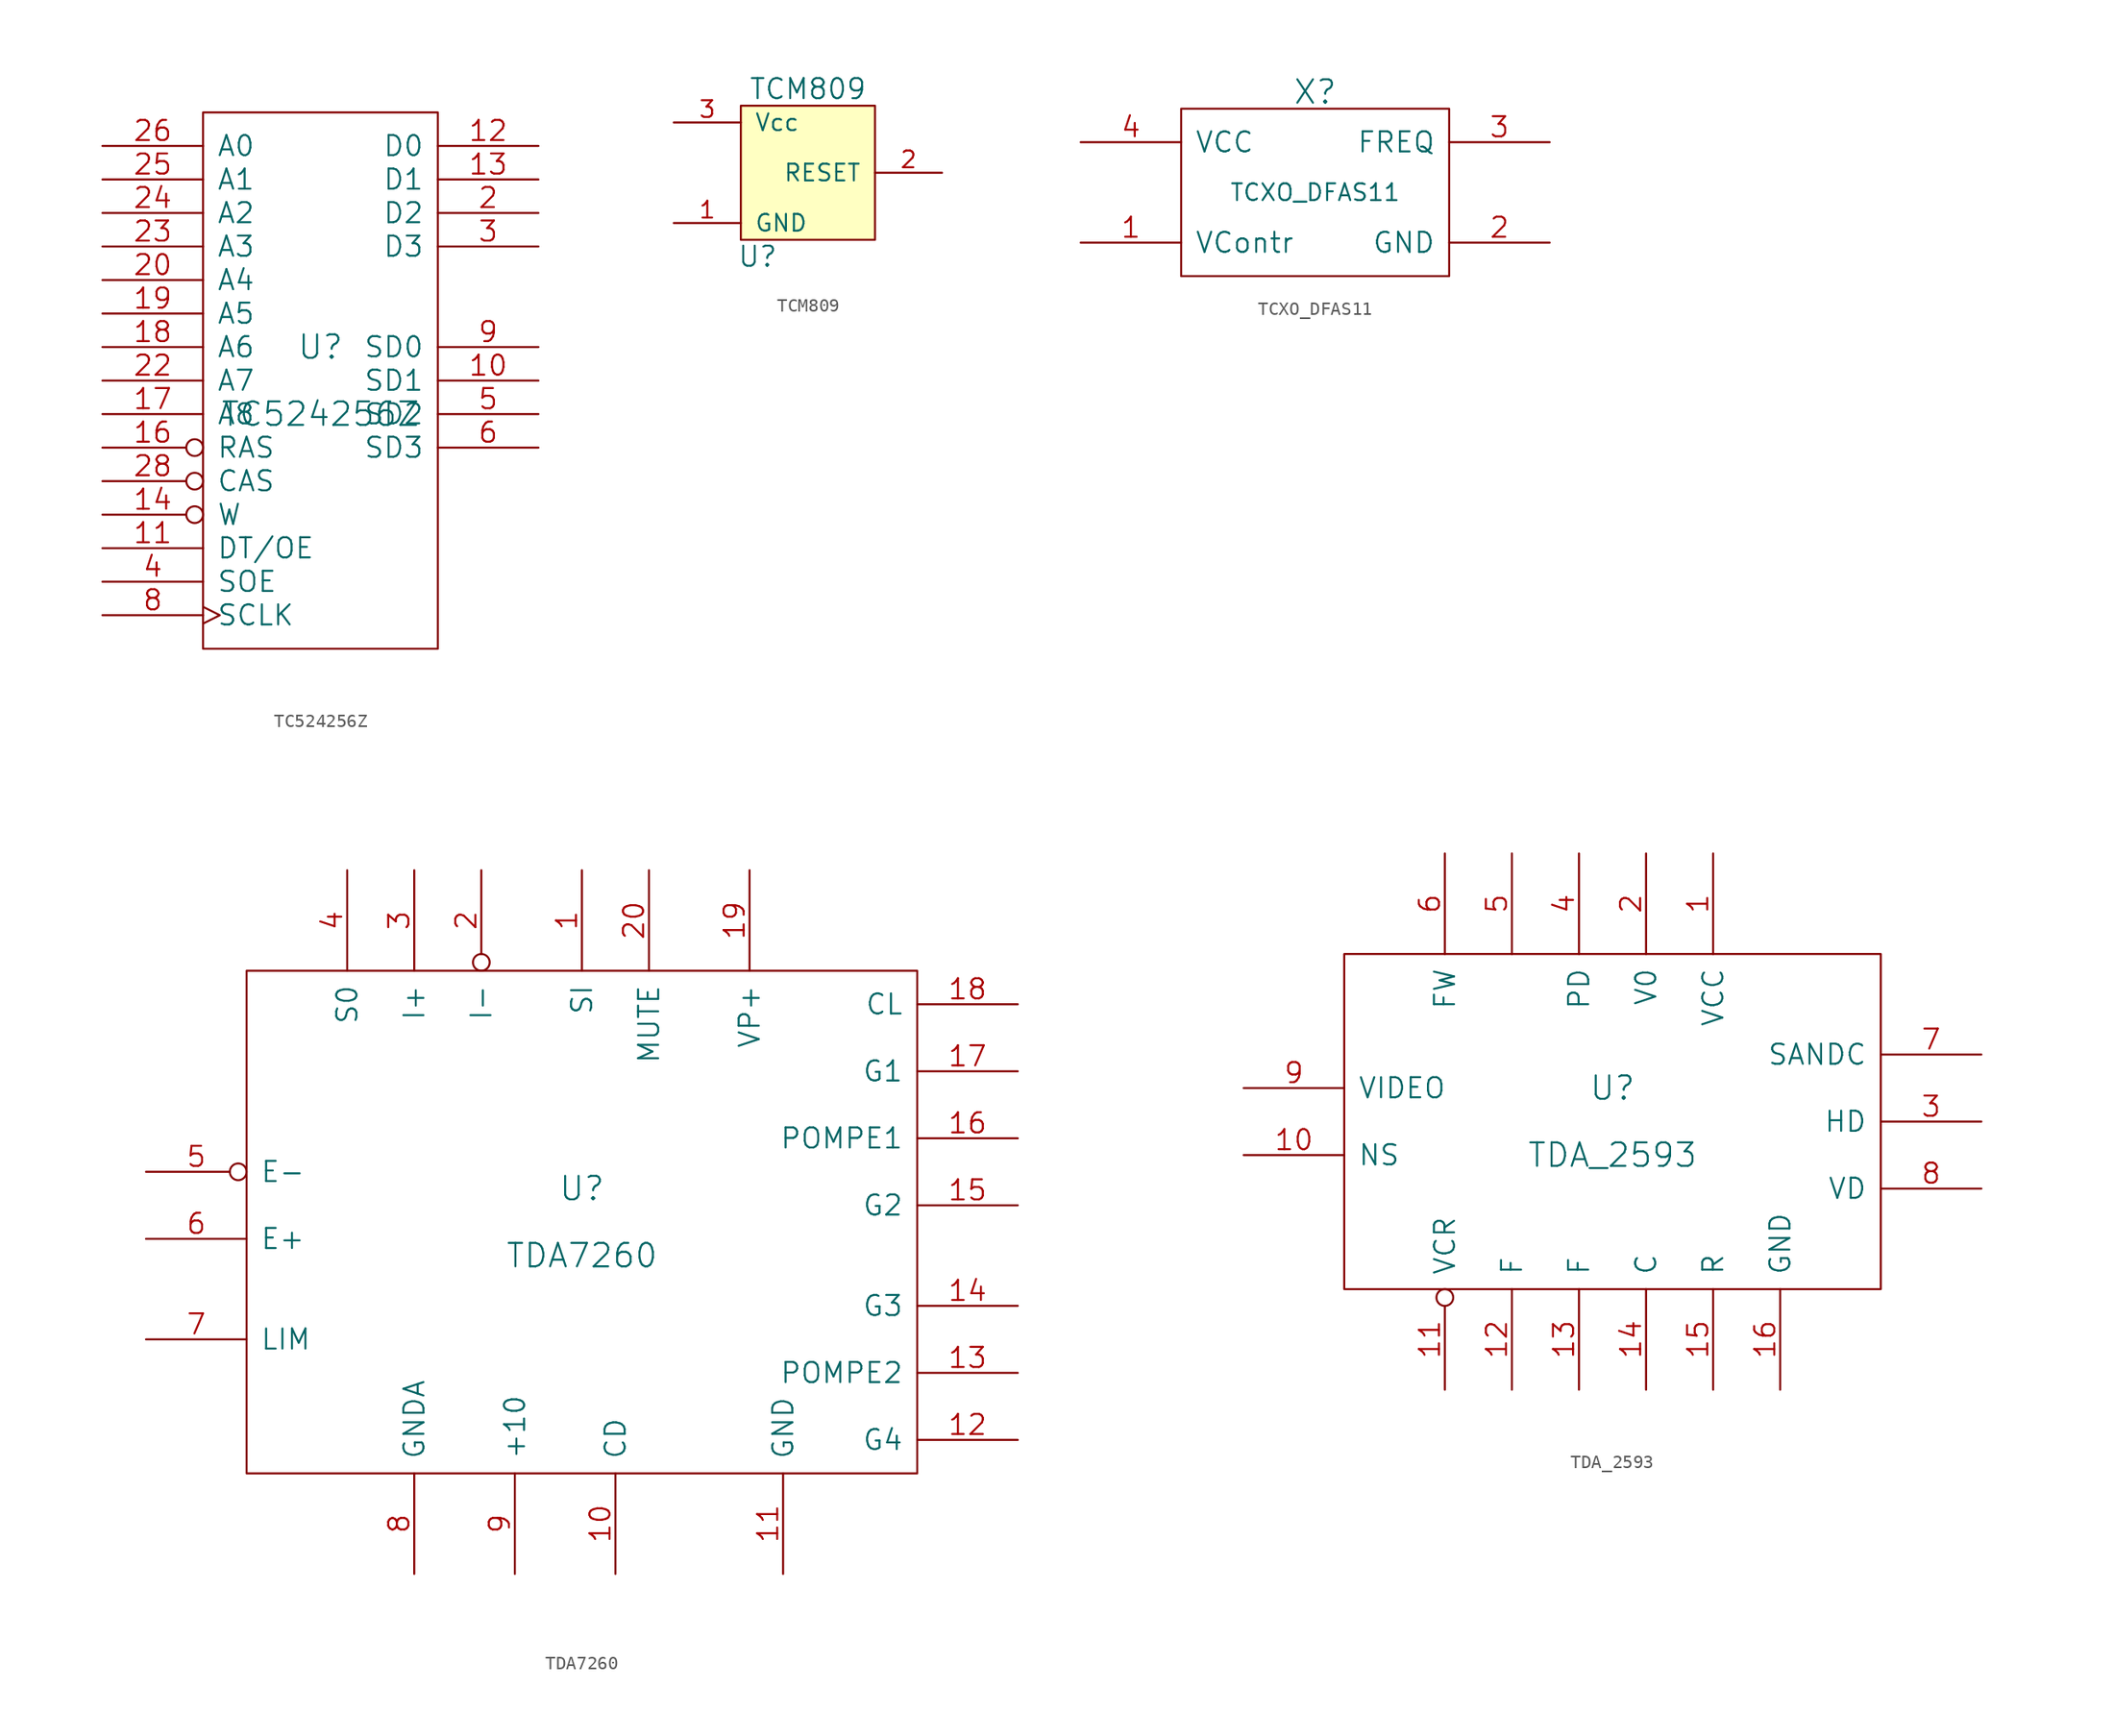
<source format=kicad_sym>
(kicad_symbol_lib
  (version 20211014)
  (generator kicad_symbol_editor)
  (symbol "TC524256Z"
    (pin_names
      (offset 1.016))
    (property "Reference" "U"
      (at 0 2.54 0)
      (effects (font (size 1.778 1.778))))
    (property "Value" "TC524256Z"
      (at 0 -2.54 0)
      (effects (font (size 1.778 1.778))))
    (property "Footprint" ""
      (at 0 0 0)
      (effects (font (size 1.524 1.524))))
    (property "Datasheet" ""
      (at 0 0 0)
      (effects (font (size 1.524 1.524))))
    (symbol "TC524256Z_0_1"
      (rectangle (start -8.89 -20.32) (end 8.89 20.32) (stroke (width 0) (type default) (color 0 0 0 0)) (fill (type none))))
    (symbol "TC524256Z_1_1"
      (pin tri_state line (at 16.51 0 180) (length 7.62) (name "SD1" (effects (font (size 1.524 1.524)))) (number "10" (effects (font (size 1.524 1.524)))))
      (pin input line (at -16.51 -12.7 0) (length 7.62) (name "DT/OE" (effects (font (size 1.524 1.524)))) (number "11" (effects (font (size 1.524 1.524)))))
      (pin tri_state line (at 16.51 17.78 180) (length 7.62) (name "D0" (effects (font (size 1.524 1.524)))) (number "12" (effects (font (size 1.524 1.524)))))
      (pin tri_state line (at 16.51 15.24 180) (length 7.62) (name "D1" (effects (font (size 1.524 1.524)))) (number "13" (effects (font (size 1.524 1.524)))))
      (pin input inverted (at -16.51 -10.16 0) (length 7.62) (name "W" (effects (font (size 1.524 1.524)))) (number "14" (effects (font (size 1.524 1.524)))))
      (pin input inverted (at -16.51 -5.08 0) (length 7.62) (name "RAS" (effects (font (size 1.524 1.524)))) (number "16" (effects (font (size 1.524 1.524)))))
      (pin input line (at -16.51 -2.54 0) (length 7.62) (name "A8" (effects (font (size 1.524 1.524)))) (number "17" (effects (font (size 1.524 1.524)))))
      (pin input line (at -16.51 2.54 0) (length 7.62) (name "A6" (effects (font (size 1.524 1.524)))) (number "18" (effects (font (size 1.524 1.524)))))
      (pin input line (at -16.51 5.08 0) (length 7.62) (name "A5" (effects (font (size 1.524 1.524)))) (number "19" (effects (font (size 1.524 1.524)))))
      (pin tri_state line (at 16.51 12.7 180) (length 7.62) (name "D2" (effects (font (size 1.524 1.524)))) (number "2" (effects (font (size 1.524 1.524)))))
      (pin input line (at -16.51 7.62 0) (length 7.62) (name "A4" (effects (font (size 1.524 1.524)))) (number "20" (effects (font (size 1.524 1.524)))))
      (pin power_in line (at 1.27 20.32 90) (length 0) hide (name "VCC" (effects (font (size 1.524 1.524)))) (number "21" (effects (font (size 1.524 1.524)))))
      (pin input line (at -16.51 0 0) (length 7.62) (name "A7" (effects (font (size 1.524 1.524)))) (number "22" (effects (font (size 1.524 1.524)))))
      (pin input line (at -16.51 10.16 0) (length 7.62) (name "A3" (effects (font (size 1.524 1.524)))) (number "23" (effects (font (size 1.524 1.524)))))
      (pin input line (at -16.51 12.7 0) (length 7.62) (name "A2" (effects (font (size 1.524 1.524)))) (number "24" (effects (font (size 1.524 1.524)))))
      (pin input line (at -16.51 15.24 0) (length 7.62) (name "A1" (effects (font (size 1.524 1.524)))) (number "25" (effects (font (size 1.524 1.524)))))
      (pin input line (at -16.51 17.78 0) (length 7.62) (name "A0" (effects (font (size 1.524 1.524)))) (number "26" (effects (font (size 1.524 1.524)))))
      (pin input inverted (at -16.51 -7.62 0) (length 7.62) (name "CAS" (effects (font (size 1.524 1.524)))) (number "28" (effects (font (size 1.524 1.524)))))
      (pin tri_state line (at 16.51 10.16 180) (length 7.62) (name "D3" (effects (font (size 1.524 1.524)))) (number "3" (effects (font (size 1.524 1.524)))))
      (pin input line (at -16.51 -15.24 0) (length 7.62) (name "SOE" (effects (font (size 1.524 1.524)))) (number "4" (effects (font (size 1.524 1.524)))))
      (pin tri_state line (at 16.51 -2.54 180) (length 7.62) (name "SD2" (effects (font (size 1.524 1.524)))) (number "5" (effects (font (size 1.524 1.524)))))
      (pin tri_state line (at 16.51 -5.08 180) (length 7.62) (name "SD3" (effects (font (size 1.524 1.524)))) (number "6" (effects (font (size 1.524 1.524)))))
      (pin power_in line (at 1.27 -20.32 90) (length 0) hide (name "VSS" (effects (font (size 1.524 1.524)))) (number "7" (effects (font (size 1.524 1.524)))))
      (pin input clock (at -16.51 -17.78 0) (length 7.62) (name "SCLK" (effects (font (size 1.524 1.524)))) (number "8" (effects (font (size 1.524 1.524)))))
      (pin tri_state line (at 16.51 2.54 180) (length 7.62) (name "SD0" (effects (font (size 1.524 1.524)))) (number "9" (effects (font (size 1.524 1.524)))))))
  (symbol "TCM809"
    (pin_names
      (offset 1.016))
    (property "Reference" "U"
      (at -3.81 -6.35 0)
      (effects (font (size 1.524 1.524))))
    (property "Value" "TCM809"
      (at 0 6.35 0)
      (effects (font (size 1.524 1.524))))
    (symbol "TCM809_0_1"
      (rectangle (start -5.08 5.08) (end 5.08 -5.08) (stroke (width 0) (type default) (color 0 0 0 0)) (fill (type background))))
    (symbol "TCM809_1_1"
      (pin input line (at -10.16 -3.81 0) (length 5.08) (name "GND" (effects (font (size 1.27 1.27)))) (number "1" (effects (font (size 1.27 1.27)))))
      (pin output line (at 10.16 0 180) (length 5.08) (name "RESET" (effects (font (size 1.27 1.27)))) (number "2" (effects (font (size 1.27 1.27)))))
      (pin input line (at -10.16 3.81 0) (length 5.08) (name "Vcc" (effects (font (size 1.27 1.27)))) (number "3" (effects (font (size 1.27 1.27)))))))
  (symbol "TCXO_DFAS11"
    (pin_names
      (offset 1.016))
    (property "Reference" "X"
      (at 0 7.62 0)
      (effects (font (size 1.778 1.778))))
    (property "Value" "TCXO_DFAS11"
      (at 0 0 0)
      (effects (font (size 1.27 1.27))))
    (property "Footprint" ""
      (at 0 0 0)
      (effects (font (size 1.524 1.524))))
    (property "Datasheet" ""
      (at 0 0 0)
      (effects (font (size 1.524 1.524))))
    (symbol "TCXO_DFAS11_0_1"
      (rectangle (start -10.16 -6.35) (end 10.16 6.35) (stroke (width 0) (type default) (color 0 0 0 0)) (fill (type none))))
    (symbol "TCXO_DFAS11_1_1"
      (pin passive line (at -17.78 -3.81 0) (length 7.62) (name "VContr" (effects (font (size 1.524 1.524)))) (number "1" (effects (font (size 1.524 1.524)))))
      (pin passive line (at 17.78 -3.81 180) (length 7.62) (name "GND" (effects (font (size 1.524 1.524)))) (number "2" (effects (font (size 1.524 1.524)))))
      (pin output line (at 17.78 3.81 180) (length 7.62) (name "FREQ" (effects (font (size 1.524 1.524)))) (number "3" (effects (font (size 1.524 1.524)))))
      (pin power_in line (at -17.78 3.81 0) (length 7.62) (name "VCC" (effects (font (size 1.524 1.524)))) (number "4" (effects (font (size 1.524 1.524)))))))
  (symbol "TDA7260"
    (pin_names
      (offset 1.016))
    (property "Reference" "U"
      (at 0 2.54 0)
      (effects (font (size 1.778 1.778))))
    (property "Value" "TDA7260"
      (at 0 -2.54 0)
      (effects (font (size 1.778 1.778))))
    (property "Footprint" ""
      (at 0 0 0)
      (effects (font (size 1.524 1.524))))
    (property "Datasheet" ""
      (at 0 0 0)
      (effects (font (size 1.524 1.524))))
    (symbol "TDA7260_0_1"
      (rectangle (start -25.4 -19.05) (end 25.4 19.05) (stroke (width 0) (type default) (color 0 0 0 0)) (fill (type none))))
    (symbol "TDA7260_1_1"
      (pin output line (at 0 26.67 270) (length 7.62) (name "SI" (effects (font (size 1.524 1.524)))) (number "1" (effects (font (size 1.524 1.524)))))
      (pin input line (at 2.54 -26.67 90) (length 7.62) (name "CD" (effects (font (size 1.524 1.524)))) (number "10" (effects (font (size 1.524 1.524)))))
      (pin input line (at 15.24 -26.67 90) (length 7.62) (name "GND" (effects (font (size 1.524 1.524)))) (number "11" (effects (font (size 1.524 1.524)))))
      (pin output line (at 33.02 -16.51 180) (length 7.62) (name "G4" (effects (font (size 1.524 1.524)))) (number "12" (effects (font (size 1.524 1.524)))))
      (pin input line (at 33.02 -11.43 180) (length 7.62) (name "POMPE2" (effects (font (size 1.524 1.524)))) (number "13" (effects (font (size 1.524 1.524)))))
      (pin output line (at 33.02 -6.35 180) (length 7.62) (name "G3" (effects (font (size 1.524 1.524)))) (number "14" (effects (font (size 1.524 1.524)))))
      (pin output line (at 33.02 1.27 180) (length 7.62) (name "G2" (effects (font (size 1.524 1.524)))) (number "15" (effects (font (size 1.524 1.524)))))
      (pin input line (at 33.02 6.35 180) (length 7.62) (name "POMPE1" (effects (font (size 1.524 1.524)))) (number "16" (effects (font (size 1.524 1.524)))))
      (pin output line (at 33.02 11.43 180) (length 7.62) (name "G1" (effects (font (size 1.524 1.524)))) (number "17" (effects (font (size 1.524 1.524)))))
      (pin input line (at 33.02 16.51 180) (length 7.62) (name "CL" (effects (font (size 1.524 1.524)))) (number "18" (effects (font (size 1.524 1.524)))))
      (pin input line (at 12.7 26.67 270) (length 7.62) (name "VP+" (effects (font (size 1.524 1.524)))) (number "19" (effects (font (size 1.524 1.524)))))
      (pin input inverted (at -7.62 26.67 270) (length 7.62) (name "I-" (effects (font (size 1.524 1.524)))) (number "2" (effects (font (size 1.524 1.524)))))
      (pin input line (at 5.08 26.67 270) (length 7.62) (name "MUTE" (effects (font (size 1.524 1.524)))) (number "20" (effects (font (size 1.524 1.524)))))
      (pin input line (at -12.7 26.67 270) (length 7.62) (name "I+" (effects (font (size 1.524 1.524)))) (number "3" (effects (font (size 1.524 1.524)))))
      (pin output line (at -17.78 26.67 270) (length 7.62) (name "S0" (effects (font (size 1.524 1.524)))) (number "4" (effects (font (size 1.524 1.524)))))
      (pin input inverted (at -33.02 3.81 0) (length 7.62) (name "E-" (effects (font (size 1.524 1.524)))) (number "5" (effects (font (size 1.524 1.524)))))
      (pin input line (at -33.02 -1.27 0) (length 7.62) (name "E+" (effects (font (size 1.524 1.524)))) (number "6" (effects (font (size 1.524 1.524)))))
      (pin output line (at -33.02 -8.89 0) (length 7.62) (name "LIM" (effects (font (size 1.524 1.524)))) (number "7" (effects (font (size 1.524 1.524)))))
      (pin input line (at -12.7 -26.67 90) (length 7.62) (name "GNDA" (effects (font (size 1.524 1.524)))) (number "8" (effects (font (size 1.524 1.524)))))
      (pin output line (at -5.08 -26.67 90) (length 7.62) (name "+10" (effects (font (size 1.524 1.524)))) (number "9" (effects (font (size 1.524 1.524)))))))
  (symbol "TDA_2593"
    (pin_names
      (offset 1.016))
    (property "Reference" "U"
      (at 0 2.54 0)
      (effects (font (size 1.778 1.778))))
    (property "Value" "TDA_2593"
      (at 0 -2.54 0)
      (effects (font (size 1.778 1.778))))
    (property "Footprint" ""
      (at 0 0 0)
      (effects (font (size 1.524 1.524))))
    (property "Datasheet" ""
      (at 0 0 0)
      (effects (font (size 1.524 1.524))))
    (symbol "TDA_2593_0_1"
      (rectangle (start -20.32 -12.7) (end 20.32 12.7) (stroke (width 0) (type default) (color 0 0 0 0)) (fill (type none))))
    (symbol "TDA_2593_1_1"
      (pin input line (at 7.62 20.32 270) (length 7.62) (name "VCC" (effects (font (size 1.524 1.524)))) (number "1" (effects (font (size 1.524 1.524)))))
      (pin input line (at -27.94 -2.54 0) (length 7.62) (name "NS" (effects (font (size 1.524 1.524)))) (number "10" (effects (font (size 1.524 1.524)))))
      (pin input inverted (at -12.7 -20.32 90) (length 7.62) (name "VCR" (effects (font (size 1.524 1.524)))) (number "11" (effects (font (size 1.524 1.524)))))
      (pin input line (at -7.62 -20.32 90) (length 7.62) (name "F" (effects (font (size 1.524 1.524)))) (number "12" (effects (font (size 1.524 1.524)))))
      (pin input line (at -2.54 -20.32 90) (length 7.62) (name "F" (effects (font (size 1.524 1.524)))) (number "13" (effects (font (size 1.524 1.524)))))
      (pin input line (at 2.54 -20.32 90) (length 7.62) (name "C" (effects (font (size 1.524 1.524)))) (number "14" (effects (font (size 1.524 1.524)))))
      (pin input line (at 7.62 -20.32 90) (length 7.62) (name "R" (effects (font (size 1.524 1.524)))) (number "15" (effects (font (size 1.524 1.524)))))
      (pin input line (at 12.7 -20.32 90) (length 7.62) (name "GND" (effects (font (size 1.524 1.524)))) (number "16" (effects (font (size 1.524 1.524)))))
      (pin input line (at 2.54 20.32 270) (length 7.62) (name "V0" (effects (font (size 1.524 1.524)))) (number "2" (effects (font (size 1.524 1.524)))))
      (pin output line (at 27.94 0 180) (length 7.62) (name "HD" (effects (font (size 1.524 1.524)))) (number "3" (effects (font (size 1.524 1.524)))))
      (pin input line (at -2.54 20.32 270) (length 7.62) (name "PD" (effects (font (size 1.524 1.524)))) (number "4" (effects (font (size 1.524 1.524)))))
      (pin input line (at -7.62 20.32 270) (length 7.62) (name "~" (effects (font (size 1.524 1.524)))) (number "5" (effects (font (size 1.524 1.524)))))
      (pin input line (at -12.7 20.32 270) (length 7.62) (name "FW" (effects (font (size 1.524 1.524)))) (number "6" (effects (font (size 1.524 1.524)))))
      (pin output line (at 27.94 5.08 180) (length 7.62) (name "SANDC" (effects (font (size 1.524 1.524)))) (number "7" (effects (font (size 1.524 1.524)))))
      (pin output line (at 27.94 -5.08 180) (length 7.62) (name "VD" (effects (font (size 1.524 1.524)))) (number "8" (effects (font (size 1.524 1.524)))))
      (pin input line (at -27.94 2.54 0) (length 7.62) (name "VIDEO" (effects (font (size 1.524 1.524)))) (number "9" (effects (font (size 1.524 1.524))))))))
</source>
